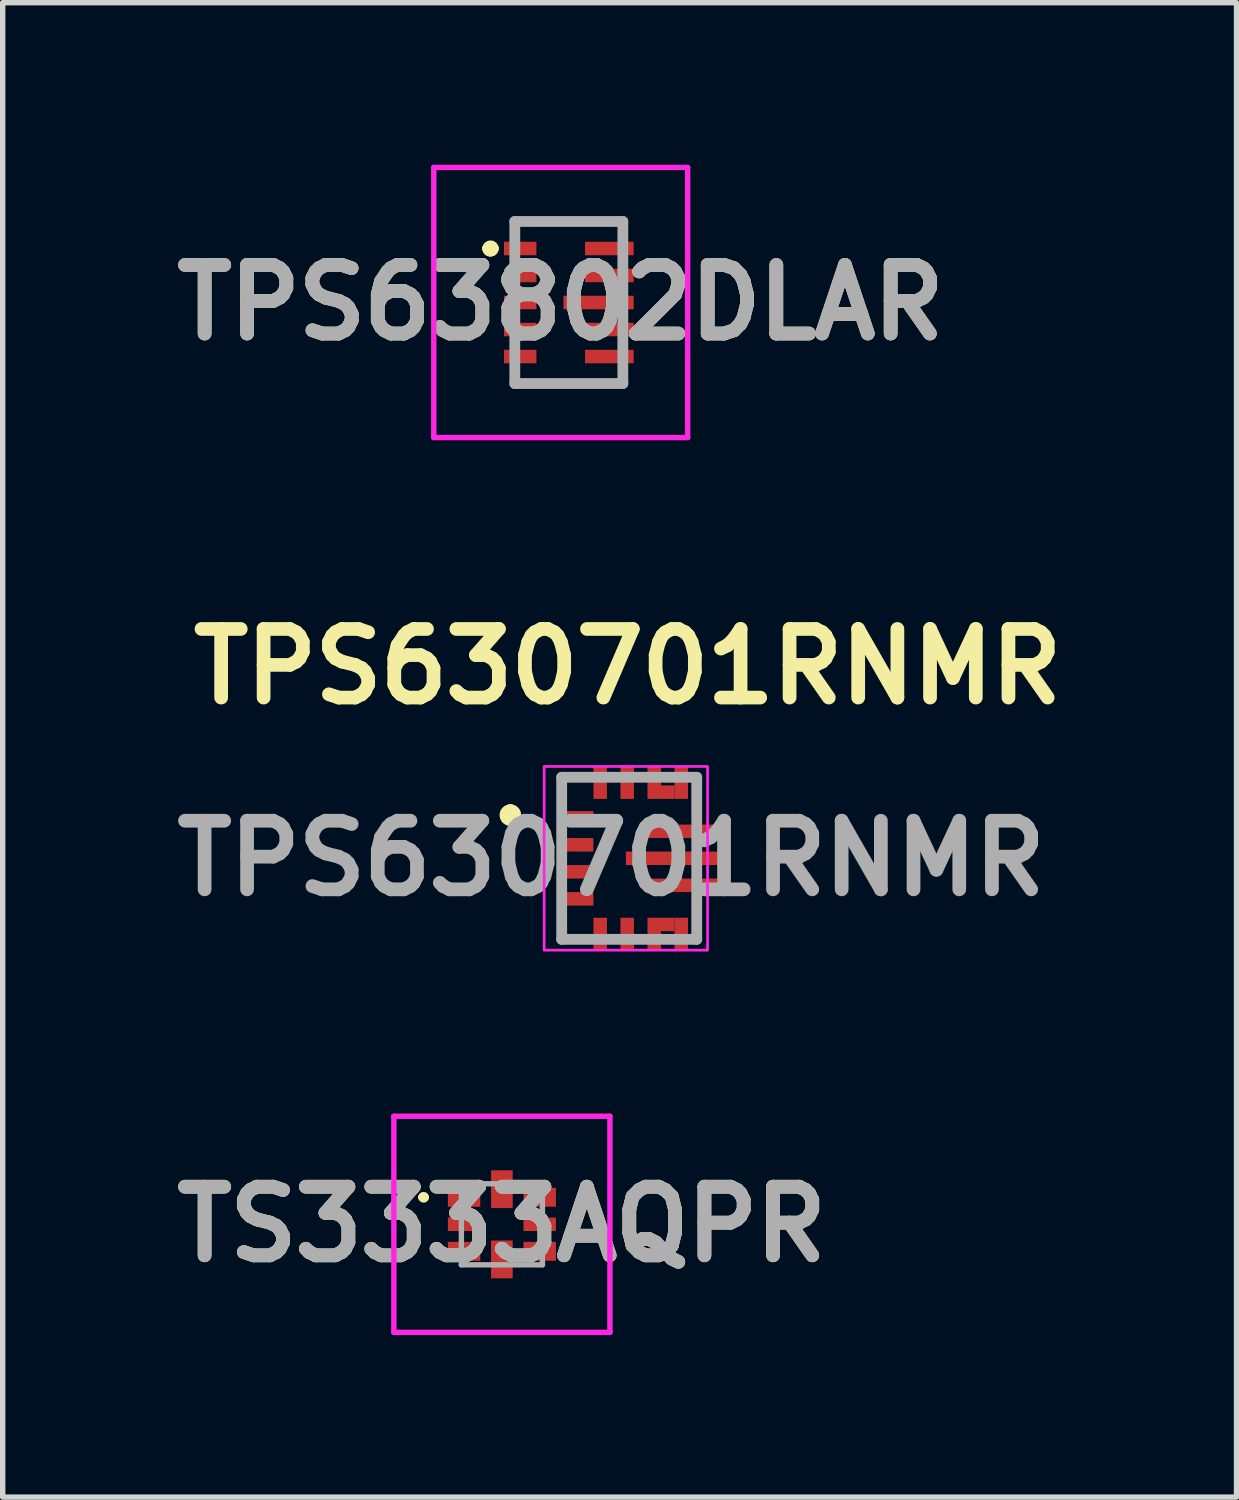
<source format=kicad_pcb>
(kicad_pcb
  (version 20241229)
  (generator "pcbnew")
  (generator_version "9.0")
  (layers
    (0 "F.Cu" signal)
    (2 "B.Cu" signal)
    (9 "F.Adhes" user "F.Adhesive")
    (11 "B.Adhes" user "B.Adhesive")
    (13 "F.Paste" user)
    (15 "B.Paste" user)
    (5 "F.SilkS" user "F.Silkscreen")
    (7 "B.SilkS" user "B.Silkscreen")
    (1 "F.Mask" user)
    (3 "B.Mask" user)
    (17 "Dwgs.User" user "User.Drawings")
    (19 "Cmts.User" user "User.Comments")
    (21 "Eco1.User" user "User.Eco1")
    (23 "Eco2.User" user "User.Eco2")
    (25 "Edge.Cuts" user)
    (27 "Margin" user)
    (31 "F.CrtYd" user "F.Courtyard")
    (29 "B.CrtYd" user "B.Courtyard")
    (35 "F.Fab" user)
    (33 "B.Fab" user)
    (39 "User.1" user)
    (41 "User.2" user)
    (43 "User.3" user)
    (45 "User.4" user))
  (footprint "TS3333AQPR"
    (layer "F.Cu")
    (at 6.241 19.614)
    (property "Reference" "TS3333AQPR" (at 0 0 0) (layer "F.SilkS") (effects (font (size 1.27 1.27) (thickness 0.254))))
    (attr smd)
    (fp_line (start -1.5 -0.5) (end -1.5 -0.5) (stroke (width 0.1) (type solid)) (layer "F.SilkS"))
    (fp_line (start -1.4 -0.5) (end -1.4 -0.5) (stroke (width 0.1) (type solid)) (layer "F.SilkS"))
    (fp_arc (start -1.5 -0.5) (mid -1.45 -0.55) (end -1.4 -0.5) (stroke (width 0.1) (type solid)) (layer "F.SilkS"))
    (fp_arc (start -1.4 -0.5) (mid -1.45 -0.45) (end -1.5 -0.5) (stroke (width 0.1) (type solid)) (layer "F.SilkS"))
    (fp_line (start -2 -2) (end 2 -2) (stroke (width 0.1) (type solid)) (layer "F.CrtYd"))
    (fp_line (start -2 2) (end -2 -2) (stroke (width 0.1) (type solid)) (layer "F.CrtYd"))
    (fp_line (start 2 -2) (end 2 2) (stroke (width 0.1) (type solid)) (layer "F.CrtYd"))
    (fp_line (start 2 2) (end -2 2) (stroke (width 0.1) (type solid)) (layer "F.CrtYd"))
    (fp_line (start -0.75 -0.75) (end 0.75 -0.75) (stroke (width 0.1) (type solid)) (layer "F.Fab"))
    (fp_line (start -0.75 0.75) (end -0.75 -0.75) (stroke (width 0.1) (type solid)) (layer "F.Fab"))
    (fp_line (start 0.75 -0.75) (end 0.75 0.75) (stroke (width 0.1) (type solid)) (layer "F.Fab"))
    (fp_line (start 0.75 0.75) (end -0.75 0.75) (stroke (width 0.1) (type solid)) (layer "F.Fab"))
    (fp_text user "${REFERENCE}" (at 0 0 0) (layer "F.Fab") (effects (font (size 1.27 1.27) (thickness 0.254))))
    (pad "1" smd rect (at -0.7 -0.5 90) (size 0.35 0.6) (layers "F.Cu" "F.Mask" "F.Paste"))
    (pad "2" smd rect (at -0.7 0 90) (size 0.25 0.6) (layers "F.Cu" "F.Mask" "F.Paste"))
    (pad "3" smd rect (at -0.7 0.5 90) (size 0.35 0.6) (layers "F.Cu" "F.Mask" "F.Paste"))
    (pad "4" smd rect (at 0 0.65) (size 0.4 0.7) (layers "F.Cu" "F.Mask" "F.Paste"))
    (pad "5" smd rect (at 0.7 0.5 90) (size 0.35 0.6) (layers "F.Cu" "F.Mask" "F.Paste"))
    (pad "6" smd rect (at 0.7 0 90) (size 0.25 0.6) (layers "F.Cu" "F.Mask" "F.Paste"))
    (pad "7" smd rect (at 0.7 -0.5 90) (size 0.35 0.6) (layers "F.Cu" "F.Mask" "F.Paste"))
    (pad "8" smd rect (at 0 -0.65) (size 0.4 0.7) (layers "F.Cu" "F.Mask" "F.Paste")))
  (footprint "TPS63802DLAR"
    (layer "F.Cu")
    (at 7.48 2.55)
    (property "Reference" "TPS63802DLAR" (at -0.15 0 0) (layer "F.SilkS") (effects (font (size 1.27 1.27) (thickness 0.254))))
    (attr smd)
    (fp_line (start -1.5 -1) (end -1.5 -1) (stroke (width 0.2) (type solid)) (layer "F.SilkS"))
    (fp_line (start -1.5 -1) (end -1.5 -1) (stroke (width 0.2) (type solid)) (layer "F.SilkS"))
    (fp_line (start -1.4 -1) (end -1.4 -1) (stroke (width 0.2) (type solid)) (layer "F.SilkS"))
    (fp_line (start -1 -1.5) (end -1 -1.5) (stroke (width 0.1) (type solid)) (layer "F.SilkS"))
    (fp_line (start -1 -1.5) (end 1 -1.5) (stroke (width 0.1) (type solid)) (layer "F.SilkS"))
    (fp_line (start -0.9 1.5) (end -0.9 1.5) (stroke (width 0.1) (type solid)) (layer "F.SilkS"))
    (fp_line (start -0.9 1.5) (end 1 1.5) (stroke (width 0.1) (type solid)) (layer "F.SilkS"))
    (fp_line (start 1 -1.5) (end -1 -1.5) (stroke (width 0.1) (type solid)) (layer "F.SilkS"))
    (fp_line (start 1 -1.5) (end 1 -1.5) (stroke (width 0.1) (type solid)) (layer "F.SilkS"))
    (fp_line (start 1 1.5) (end -0.9 1.5) (stroke (width 0.1) (type solid)) (layer "F.SilkS"))
    (fp_line (start 1 1.5) (end 1 1.5) (stroke (width 0.1) (type solid)) (layer "F.SilkS"))
    (fp_arc (start -1.5 -1) (mid -1.45 -1.05) (end -1.4 -1) (stroke (width 0.2) (type solid)) (layer "F.SilkS"))
    (fp_arc (start -1.4 -1) (mid -1.45 -0.95) (end -1.5 -1) (stroke (width 0.2) (type solid)) (layer "F.SilkS"))
    (fp_arc (start -1.4 -1) (mid -1.45 -0.95) (end -1.5 -1) (stroke (width 0.2) (type solid)) (layer "F.SilkS"))
    (fp_line (start -2.5 -2.5) (end 2.2 -2.5) (stroke (width 0.1) (type solid)) (layer "F.CrtYd"))
    (fp_line (start -2.5 2.5) (end -2.5 -2.5) (stroke (width 0.1) (type solid)) (layer "F.CrtYd"))
    (fp_line (start 2.2 -2.5) (end 2.2 2.5) (stroke (width 0.1) (type solid)) (layer "F.CrtYd"))
    (fp_line (start 2.2 2.5) (end -2.5 2.5) (stroke (width 0.1) (type solid)) (layer "F.CrtYd"))
    (fp_line (start -1 -1.5) (end -1 1.5) (stroke (width 0.2) (type solid)) (layer "F.Fab"))
    (fp_line (start -1 1.5) (end 1 1.5) (stroke (width 0.2) (type solid)) (layer "F.Fab"))
    (fp_line (start 1 -1.5) (end -1 -1.5) (stroke (width 0.2) (type solid)) (layer "F.Fab"))
    (fp_line (start 1 1.5) (end 1 -1.5) (stroke (width 0.2) (type solid)) (layer "F.Fab"))
    (fp_text user "${REFERENCE}" (at -0.15 0 0) (layer "F.Fab") (effects (font (size 1.27 1.27) (thickness 0.254))))
    (pad "1" smd rect (at -0.9 -1 90) (size 0.25 0.6) (layers "F.Cu" "F.Mask" "F.Paste"))
    (pad "2" smd rect (at -0.9 -0.5 90) (size 0.25 0.6) (layers "F.Cu" "F.Mask" "F.Paste"))
    (pad "3" smd rect (at -0.9 0 90) (size 0.25 0.6) (layers "F.Cu" "F.Mask" "F.Paste"))
    (pad "4" smd rect (at -0.9 0.5 90) (size 0.25 0.6) (layers "F.Cu" "F.Mask" "F.Paste"))
    (pad "5" smd rect (at -0.9 1 90) (size 0.25 0.6) (layers "F.Cu" "F.Mask" "F.Paste"))
    (pad "6" smd rect (at 0.75 1 90) (size 0.25 0.9) (layers "F.Cu" "F.Mask" "F.Paste"))
    (pad "7" smd rect (at 0.75 0.5 90) (size 0.25 0.9) (layers "F.Cu" "F.Mask" "F.Paste"))
    (pad "8" smd rect (at 0.55 0 90) (size 0.25 1.3) (layers "F.Cu" "F.Mask" "F.Paste"))
    (pad "9" smd rect (at 0.75 -0.5 90) (size 0.25 0.9) (layers "F.Cu" "F.Mask" "F.Paste"))
    (pad "10" smd rect (at 0.75 -1 90) (size 0.25 0.9) (layers "F.Cu" "F.Mask" "F.Paste")))
  (footprint "TPS630701RNMR"
    (layer "F.Cu")
    (at 8.073 12.839)
    (property "Reference" "TPS630701RNMR" (at 0.5 -3.55 0) (layer "F.SilkS") (effects (font (size 1.27 1.27) (thickness 0.254))))
    (attr smd)
    (fp_line (start -1.675 -0.9) (end -1.675 -0.9) (stroke (width 0.2) (type solid)) (layer "F.SilkS"))
    (fp_line (start -1.675 -0.7) (end -1.675 -0.7) (stroke (width 0.2) (type solid)) (layer "F.SilkS"))
    (fp_line (start -0.725 -1.5) (end -0.475 -1.5) (stroke (width 0.1) (type solid)) (layer "F.SilkS"))
    (fp_line (start -0.725 -1) (end -0.725 -1.5) (stroke (width 0.1) (type solid)) (layer "F.SilkS"))
    (fp_line (start -0.725 1.5) (end -0.725 1.225) (stroke (width 0.1) (type solid)) (layer "F.SilkS"))
    (fp_line (start -0.438 1.5) (end -0.725 1.5) (stroke (width 0.1) (type solid)) (layer "F.SilkS"))
    (fp_line (start 1.775 -1.5) (end 1.775 -0.75) (stroke (width 0.1) (type solid)) (layer "F.SilkS"))
    (fp_line (start 1.775 0.75) (end 1.775 1.5) (stroke (width 0.1) (type solid)) (layer "F.SilkS"))
    (fp_arc (start -1.675 -0.9) (mid -1.575 -0.8) (end -1.675 -0.7) (stroke (width 0.2) (type solid)) (layer "F.SilkS"))
    (fp_arc (start -1.675 -0.7) (mid -1.775 -0.8) (end -1.675 -0.9) (stroke (width 0.2) (type solid)) (layer "F.SilkS"))
    (fp_rect (start -1.05 -1.7) (end 1.975 1.7) (stroke (width 0.05) (type default)) (fill no) (layer "F.CrtYd"))
    (fp_line (start -0.725 -1.5) (end 1.775 -1.5) (stroke (width 0.2) (type solid)) (layer "F.Fab"))
    (fp_line (start -0.725 1.5) (end -0.725 -1.5) (stroke (width 0.2) (type solid)) (layer "F.Fab"))
    (fp_line (start 1.775 -1.5) (end 1.775 1.5) (stroke (width 0.2) (type solid)) (layer "F.Fab"))
    (fp_line (start 1.775 1.5) (end -0.725 1.5) (stroke (width 0.2) (type solid)) (layer "F.Fab"))
    (fp_text user "${REFERENCE}" (at 0.194 0 0) (layer "F.Fab") (effects (font (size 1.27 1.27) (thickness 0.254))))
    (pad "1" smd rect (at -0.438 -0.75 90) (size 0.25 0.6) (layers "F.Cu" "F.Mask" "F.Paste"))
    (pad "2" smd rect (at -0.438 -0.25 90) (size 0.25 0.6) (layers "F.Cu" "F.Mask" "F.Paste"))
    (pad "3" smd rect (at -0.438 0.25 90) (size 0.25 0.6) (layers "F.Cu" "F.Mask" "F.Paste"))
    (pad "4" smd rect (at -0.438 0.75 90) (size 0.25 0.6) (layers "F.Cu" "F.Mask" "F.Paste"))
    (pad "5" smd rect (at -0.012 1.4) (size 0.25 0.6) (layers "F.Cu" "F.Mask" "F.Paste"))
    (pad "6" smd rect (at 0.488 1.4) (size 0.25 0.6) (layers "F.Cu" "F.Mask" "F.Paste"))
    (pad "7" smd rect (at 0.988 1.4) (size 0.25 0.6) (layers "F.Cu" "F.Mask" "F.Paste"))
    (pad "8" smd rect (at 1.488 1.4) (size 0.25 0.6) (layers "F.Cu" "F.Mask" "F.Paste"))
    (pad "9" smd rect (at 1.488 0.5 90) (size 0.25 1.35) (layers "F.Cu" "F.Mask" "F.Paste"))
    (pad "10" smd rect (at 1.313 0 90) (size 0.25 1.7) (layers "F.Cu" "F.Mask" "F.Paste"))
    (pad "11" smd rect (at 1.488 -0.5 90) (size 0.25 1.35) (layers "F.Cu" "F.Mask" "F.Paste"))
    (pad "12" smd rect (at 1.488 -1.4) (size 0.25 0.6) (layers "F.Cu" "F.Mask" "F.Paste"))
    (pad "13" smd rect (at 0.988 -1.4) (size 0.25 0.6) (layers "F.Cu" "F.Mask" "F.Paste"))
    (pad "14" smd rect (at 0.488 -1.4) (size 0.25 0.6) (layers "F.Cu" "F.Mask" "F.Paste"))
    (pad "15" smd rect (at -0.012 -1.4) (size 0.25 0.6) (layers "F.Cu" "F.Mask" "F.Paste"))
    (pad "16" smd rect (at 1.238 -1.225) (size 0.25 0.25) (layers "F.Cu" "F.Mask" "F.Paste"))
    (pad "17" smd rect (at 1.238 1.225) (size 0.25 0.25) (layers "F.Cu" "F.Mask" "F.Paste")))
  (gr_rect
    (start -3 -3)
    (end 19.84 24.664)
    (stroke (width 0.1) (type default))
    (fill no)
    (layer "Edge.Cuts")))
</source>
